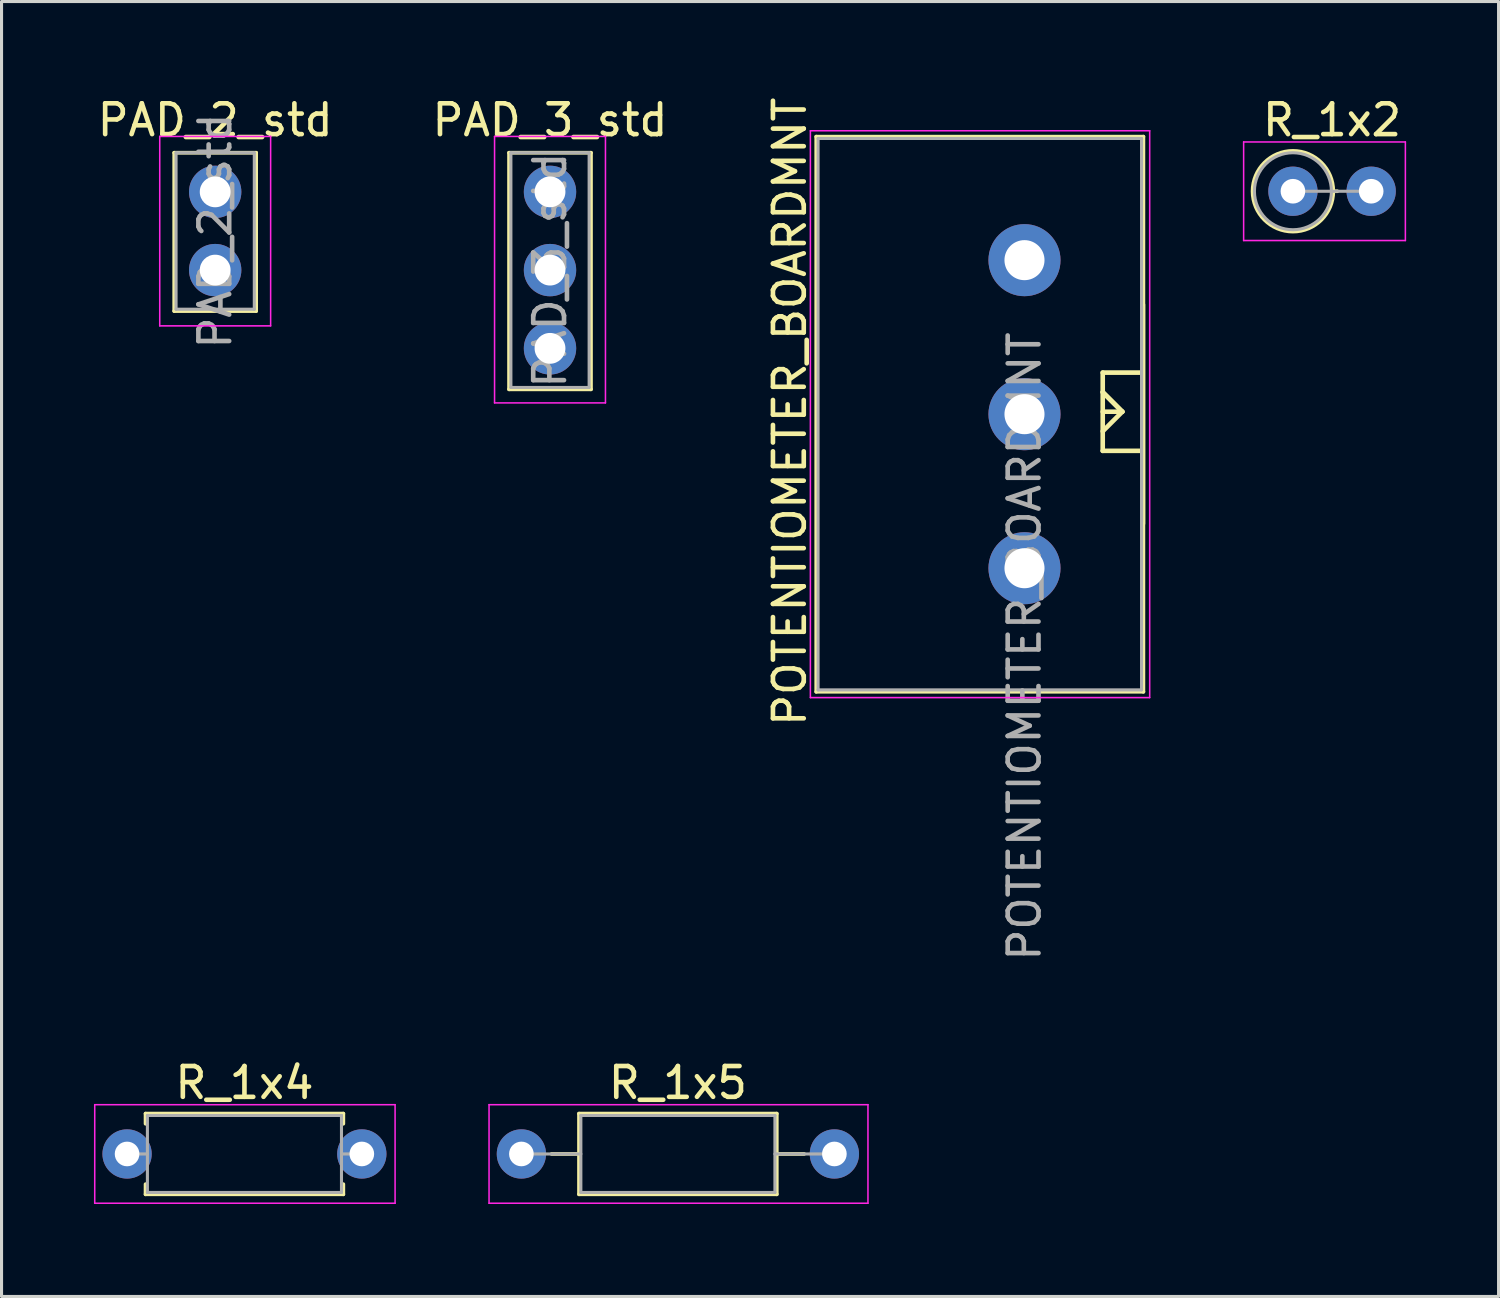
<source format=kicad_pcb>
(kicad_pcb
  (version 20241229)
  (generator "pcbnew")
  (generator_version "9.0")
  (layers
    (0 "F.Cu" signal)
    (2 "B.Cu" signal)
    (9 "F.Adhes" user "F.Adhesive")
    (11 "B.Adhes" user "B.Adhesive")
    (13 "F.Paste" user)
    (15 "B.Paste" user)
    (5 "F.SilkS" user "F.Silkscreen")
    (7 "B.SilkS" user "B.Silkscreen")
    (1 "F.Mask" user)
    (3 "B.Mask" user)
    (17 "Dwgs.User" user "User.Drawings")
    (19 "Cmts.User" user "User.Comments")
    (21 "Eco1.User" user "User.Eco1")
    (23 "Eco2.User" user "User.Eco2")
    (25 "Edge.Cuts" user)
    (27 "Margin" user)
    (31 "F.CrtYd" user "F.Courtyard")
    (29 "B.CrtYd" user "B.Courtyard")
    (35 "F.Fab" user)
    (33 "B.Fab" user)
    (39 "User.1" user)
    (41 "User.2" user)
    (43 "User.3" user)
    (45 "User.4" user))
  (footprint "R_1x2"
    (layer "F.Cu")
    (at 38.92 3.158)
    (property "Reference" "R_1x2" (at 1.27 -2.31 0) (layer "F.SilkS") (effects (font (size 1 1) (thickness 0.15))))
    (attr through_hole)
    (fp_line (start 1.31 0) (end 1.44 0) (stroke (width 0.12) (type solid)) (layer "F.SilkS"))
    (fp_circle (center 0 0) (end 1.31 0) (stroke (width 0.12) (type solid)) (fill no) (layer "F.SilkS"))
    (fp_line (start -1.6 -1.6) (end -1.6 1.6) (stroke (width 0.05) (type solid)) (layer "F.CrtYd"))
    (fp_line (start -1.6 1.6) (end 3.65 1.6) (stroke (width 0.05) (type solid)) (layer "F.CrtYd"))
    (fp_line (start 3.65 -1.6) (end -1.6 -1.6) (stroke (width 0.05) (type solid)) (layer "F.CrtYd"))
    (fp_line (start 3.65 1.6) (end 3.65 -1.6) (stroke (width 0.05) (type solid)) (layer "F.CrtYd"))
    (fp_line (start 0 0) (end 2.54 0) (stroke (width 0.1) (type solid)) (layer "F.Fab"))
    (fp_circle (center 0 0) (end 1.25 0) (stroke (width 0.1) (type solid)) (fill no) (layer "F.Fab"))
    (pad "1" thru_hole circle (at 0 0) (size 1.6 1.6) (drill 0.8) (layers "*.Cu" "*.Mask"))
    (pad "2" thru_hole oval (at 2.54 0) (size 1.6 1.6) (drill 0.8) (layers "*.Cu" "*.Mask")))
  (footprint "R_1x5"
    (layer "F.Cu")
    (at 13.875 34.409)
    (property "Reference" "R_1x5" (at 5.08 -2.31 0) (layer "F.SilkS") (effects (font (size 1 1) (thickness 0.15))))
    (attr through_hole)
    (fp_line (start 0.98 0) (end 1.87 0) (stroke (width 0.12) (type solid)) (layer "F.SilkS"))
    (fp_line (start 1.87 -1.31) (end 1.87 1.31) (stroke (width 0.12) (type solid)) (layer "F.SilkS"))
    (fp_line (start 1.87 1.31) (end 8.29 1.31) (stroke (width 0.12) (type solid)) (layer "F.SilkS"))
    (fp_line (start 8.29 -1.31) (end 1.87 -1.31) (stroke (width 0.12) (type solid)) (layer "F.SilkS"))
    (fp_line (start 8.29 1.31) (end 8.29 -1.31) (stroke (width 0.12) (type solid)) (layer "F.SilkS"))
    (fp_line (start 9.18 0) (end 8.29 0) (stroke (width 0.12) (type solid)) (layer "F.SilkS"))
    (fp_line (start -1.05 -1.6) (end -1.05 1.6) (stroke (width 0.05) (type solid)) (layer "F.CrtYd"))
    (fp_line (start -1.05 1.6) (end 11.25 1.6) (stroke (width 0.05) (type solid)) (layer "F.CrtYd"))
    (fp_line (start 11.25 -1.6) (end -1.05 -1.6) (stroke (width 0.05) (type solid)) (layer "F.CrtYd"))
    (fp_line (start 11.25 1.6) (end 11.25 -1.6) (stroke (width 0.05) (type solid)) (layer "F.CrtYd"))
    (fp_line (start 0 0) (end 1.93 0) (stroke (width 0.1) (type solid)) (layer "F.Fab"))
    (fp_line (start 1.93 -1.25) (end 1.93 1.25) (stroke (width 0.1) (type solid)) (layer "F.Fab"))
    (fp_line (start 1.93 1.25) (end 8.23 1.25) (stroke (width 0.1) (type solid)) (layer "F.Fab"))
    (fp_line (start 8.23 -1.25) (end 1.93 -1.25) (stroke (width 0.1) (type solid)) (layer "F.Fab"))
    (fp_line (start 8.23 1.25) (end 8.23 -1.25) (stroke (width 0.1) (type solid)) (layer "F.Fab"))
    (fp_line (start 10.16 0) (end 8.23 0) (stroke (width 0.1) (type solid)) (layer "F.Fab"))
    (pad "1" thru_hole circle (at 0 0) (size 1.6 1.6) (drill 0.8) (layers "*.Cu" "*.Mask"))
    (pad "2" thru_hole oval (at 10.16 0) (size 1.6 1.6) (drill 0.8) (layers "*.Cu" "*.Mask")))
  (footprint "R_1x4"
    (layer "F.Cu")
    (at 1.075 34.409)
    (property "Reference" "R_1x4" (at 3.81 -2.31 0) (layer "F.SilkS") (effects (font (size 1 1) (thickness 0.15))))
    (attr through_hole)
    (fp_line (start 0.6 -1.31) (end 7.02 -1.31) (stroke (width 0.12) (type solid)) (layer "F.SilkS"))
    (fp_line (start 0.6 -0.98) (end 0.6 -1.31) (stroke (width 0.12) (type solid)) (layer "F.SilkS"))
    (fp_line (start 0.6 0.98) (end 0.6 1.31) (stroke (width 0.12) (type solid)) (layer "F.SilkS"))
    (fp_line (start 0.6 1.31) (end 7.02 1.31) (stroke (width 0.12) (type solid)) (layer "F.SilkS"))
    (fp_line (start 7.02 -1.31) (end 7.02 -0.98) (stroke (width 0.12) (type solid)) (layer "F.SilkS"))
    (fp_line (start 7.02 1.31) (end 7.02 0.98) (stroke (width 0.12) (type solid)) (layer "F.SilkS"))
    (fp_line (start -1.05 -1.6) (end -1.05 1.6) (stroke (width 0.05) (type solid)) (layer "F.CrtYd"))
    (fp_line (start -1.05 1.6) (end 8.7 1.6) (stroke (width 0.05) (type solid)) (layer "F.CrtYd"))
    (fp_line (start 8.7 -1.6) (end -1.05 -1.6) (stroke (width 0.05) (type solid)) (layer "F.CrtYd"))
    (fp_line (start 8.7 1.6) (end 8.7 -1.6) (stroke (width 0.05) (type solid)) (layer "F.CrtYd"))
    (fp_line (start 0 0) (end 0.66 0) (stroke (width 0.1) (type solid)) (layer "F.Fab"))
    (fp_line (start 0.66 -1.25) (end 0.66 1.25) (stroke (width 0.1) (type solid)) (layer "F.Fab"))
    (fp_line (start 0.66 1.25) (end 6.96 1.25) (stroke (width 0.1) (type solid)) (layer "F.Fab"))
    (fp_line (start 6.96 -1.25) (end 0.66 -1.25) (stroke (width 0.1) (type solid)) (layer "F.Fab"))
    (fp_line (start 6.96 1.25) (end 6.96 -1.25) (stroke (width 0.1) (type solid)) (layer "F.Fab"))
    (fp_line (start 7.62 0) (end 6.96 0) (stroke (width 0.1) (type solid)) (layer "F.Fab"))
    (pad "1" thru_hole circle (at 0 0) (size 1.6 1.6) (drill 0.8) (layers "*.Cu" "*.Mask"))
    (pad "2" thru_hole oval (at 7.62 0) (size 1.6 1.6) (drill 0.8) (layers "*.Cu" "*.Mask")))
  (footprint "POTENTIOMETER_BOARDMNT"
    (layer "F.Cu")
    (at 30.206 15.395)
    (property "Reference" "POTENTIOMETER_BOARDMNT" (at -7.62 -5.08 270) (layer "F.SilkS") (effects (font (size 1 1) (thickness 0.15))))
    (attr through_hole)
    (fp_line (start -6.76 -14.01) (end -6.76 4.011) (stroke (width 0.12) (type solid)) (layer "F.SilkS"))
    (fp_line (start -6.76 -14.01) (end 3.86 -14.01) (stroke (width 0.12) (type solid)) (layer "F.SilkS"))
    (fp_line (start -6.76 4.011) (end 3.86 4.011) (stroke (width 0.12) (type solid)) (layer "F.SilkS"))
    (fp_line (start 2.54 -6.35) (end 2.54 -3.81) (stroke (width 0.15) (type solid)) (layer "F.SilkS"))
    (fp_line (start 2.54 -5.715) (end 3.175 -5.08) (stroke (width 0.15) (type solid)) (layer "F.SilkS"))
    (fp_line (start 2.54 -5.08) (end 3.175 -5.08) (stroke (width 0.15) (type solid)) (layer "F.SilkS"))
    (fp_line (start 2.54 -3.81) (end 3.81 -3.81) (stroke (width 0.15) (type solid)) (layer "F.SilkS"))
    (fp_line (start 3.175 -5.08) (end 2.54 -5.715) (stroke (width 0.15) (type solid)) (layer "F.SilkS"))
    (fp_line (start 3.175 -5.08) (end 2.54 -4.445) (stroke (width 0.15) (type solid)) (layer "F.SilkS"))
    (fp_line (start 3.81 -6.35) (end 2.54 -6.35) (stroke (width 0.15) (type solid)) (layer "F.SilkS"))
    (fp_line (start 3.86 -14.01) (end 3.86 4.011) (stroke (width 0.12) (type solid)) (layer "F.SilkS"))
    (fp_line (start 3.86 -8.56) (end 3.86 -1.44) (stroke (width 0.12) (type solid)) (layer "F.SilkS"))
    (fp_line (start -6.95 -14.2) (end -6.95 4.2) (stroke (width 0.05) (type solid)) (layer "F.CrtYd"))
    (fp_line (start -6.95 4.2) (end 4.064 4.2) (stroke (width 0.05) (type solid)) (layer "F.CrtYd"))
    (fp_line (start 4.064 -14.2) (end -6.95 -14.2) (stroke (width 0.05) (type solid)) (layer "F.CrtYd"))
    (fp_line (start 4.064 -14.2) (end 4.064 4.2) (stroke (width 0.05) (type solid)) (layer "F.CrtYd"))
    (fp_line (start -6.7 -13.95) (end -6.7 3.95) (stroke (width 0.1) (type solid)) (layer "F.Fab"))
    (fp_line (start -6.7 3.95) (end 3.8 3.95) (stroke (width 0.1) (type solid)) (layer "F.Fab"))
    (fp_line (start 3.8 -13.95) (end -6.7 -13.95) (stroke (width 0.1) (type solid)) (layer "F.Fab"))
    (fp_line (start 3.8 -8.5) (end 3.8 -1.5) (stroke (width 0.1) (type solid)) (layer "F.Fab"))
    (fp_line (start 3.8 3.95) (end 3.8 -13.95) (stroke (width 0.1) (type solid)) (layer "F.Fab"))
    (fp_text user "${REFERENCE}" (at 0 2.54 90) (layer "F.Fab") (effects (font (size 1 1) (thickness 0.15))))
    (pad "1" thru_hole circle (at 0 0) (size 2.34 2.34) (drill 1.3) (layers "*.Cu" "*.Mask"))
    (pad "2" thru_hole circle (at 0 -5) (size 2.34 2.34) (drill 1.3) (layers "*.Cu" "*.Mask"))
    (pad "3" thru_hole circle (at 0 -10) (size 2.34 2.34) (drill 1.3) (layers "*.Cu" "*.Mask")))
  (footprint "PAD_3_std"
    (layer "F.Cu")
    (at 14.804 3.178)
    (property "Reference" "PAD_3_std" (at 0 -2.33 0) (layer "F.SilkS") (effects (font (size 1 1) (thickness 0.15))))
    (attr through_hole)
    (fp_line (start -1.33 -1.27) (end -1.33 6.41) (stroke (width 0.12) (type solid)) (layer "F.SilkS"))
    (fp_line (start -1.33 -1.27) (end 1.33 -1.27) (stroke (width 0.12) (type solid)) (layer "F.SilkS"))
    (fp_line (start -1.33 6.41) (end 1.33 6.41) (stroke (width 0.12) (type solid)) (layer "F.SilkS"))
    (fp_line (start 1.33 -1.27) (end 1.33 6.41) (stroke (width 0.12) (type solid)) (layer "F.SilkS"))
    (fp_line (start -1.8 -1.8) (end -1.8 6.85) (stroke (width 0.05) (type solid)) (layer "F.CrtYd"))
    (fp_line (start -1.8 6.85) (end 1.8 6.85) (stroke (width 0.05) (type solid)) (layer "F.CrtYd"))
    (fp_line (start 1.8 -1.8) (end -1.8 -1.8) (stroke (width 0.05) (type solid)) (layer "F.CrtYd"))
    (fp_line (start 1.8 6.85) (end 1.8 -1.8) (stroke (width 0.05) (type solid)) (layer "F.CrtYd"))
    (fp_line (start -1.27 -1.27) (end 1.27 -1.27) (stroke (width 0.1) (type solid)) (layer "F.Fab"))
    (fp_line (start -1.27 6.35) (end -1.27 -1.27) (stroke (width 0.1) (type solid)) (layer "F.Fab"))
    (fp_line (start 1.27 -1.27) (end 1.27 6.35) (stroke (width 0.1) (type solid)) (layer "F.Fab"))
    (fp_line (start 1.27 6.35) (end -1.27 6.35) (stroke (width 0.1) (type solid)) (layer "F.Fab"))
    (fp_text user "${REFERENCE}" (at 0 2.54 90) (layer "F.Fab") (effects (font (size 1 1) (thickness 0.15))))
    (pad "1" thru_hole oval (at 0 0) (size 1.7 1.7) (drill 1) (layers "*.Cu" "*.Mask"))
    (pad "2" thru_hole oval (at 0 2.54) (size 1.7 1.7) (drill 1) (layers "*.Cu" "*.Mask"))
    (pad "3" thru_hole oval (at 0 5.08) (size 1.7 1.7) (drill 1) (layers "*.Cu" "*.Mask")))
  (footprint "PAD_2_std"
    (layer "F.Cu")
    (at 3.935 3.178)
    (property "Reference" "PAD_2_std" (at 0 -2.33 0) (layer "F.SilkS") (effects (font (size 1 1) (thickness 0.15))))
    (attr through_hole)
    (fp_line (start -1.33 -1.27) (end -1.33 3.87) (stroke (width 0.12) (type solid)) (layer "F.SilkS"))
    (fp_line (start -1.33 -1.27) (end 1.33 -1.27) (stroke (width 0.12) (type solid)) (layer "F.SilkS"))
    (fp_line (start -1.33 3.87) (end 1.33 3.87) (stroke (width 0.12) (type solid)) (layer "F.SilkS"))
    (fp_line (start 1.33 -1.27) (end 1.33 3.87) (stroke (width 0.12) (type solid)) (layer "F.SilkS"))
    (fp_line (start -1.8 -1.8) (end -1.8 4.35) (stroke (width 0.05) (type solid)) (layer "F.CrtYd"))
    (fp_line (start -1.8 4.35) (end 1.8 4.35) (stroke (width 0.05) (type solid)) (layer "F.CrtYd"))
    (fp_line (start 1.8 -1.8) (end -1.8 -1.8) (stroke (width 0.05) (type solid)) (layer "F.CrtYd"))
    (fp_line (start 1.8 4.35) (end 1.8 -1.8) (stroke (width 0.05) (type solid)) (layer "F.CrtYd"))
    (fp_line (start -1.27 -1.27) (end 1.27 -1.27) (stroke (width 0.1) (type solid)) (layer "F.Fab"))
    (fp_line (start -1.27 3.81) (end -1.27 -1.27) (stroke (width 0.1) (type solid)) (layer "F.Fab"))
    (fp_line (start 1.27 -1.27) (end 1.27 3.81) (stroke (width 0.1) (type solid)) (layer "F.Fab"))
    (fp_line (start 1.27 3.81) (end -1.27 3.81) (stroke (width 0.1) (type solid)) (layer "F.Fab"))
    (fp_text user "${REFERENCE}" (at 0 1.27 90) (layer "F.Fab") (effects (font (size 1 1) (thickness 0.15))))
    (pad "1" thru_hole oval (at 0 0) (size 1.7 1.7) (drill 1) (layers "*.Cu" "*.Mask"))
    (pad "2" thru_hole oval (at 0 2.54) (size 1.7 1.7) (drill 1) (layers "*.Cu" "*.Mask")))
  (gr_rect
    (start -3 -3)
    (end 45.595 39.034)
    (stroke (width 0.1) (type default))
    (fill no)
    (layer "Edge.Cuts")))
</source>
